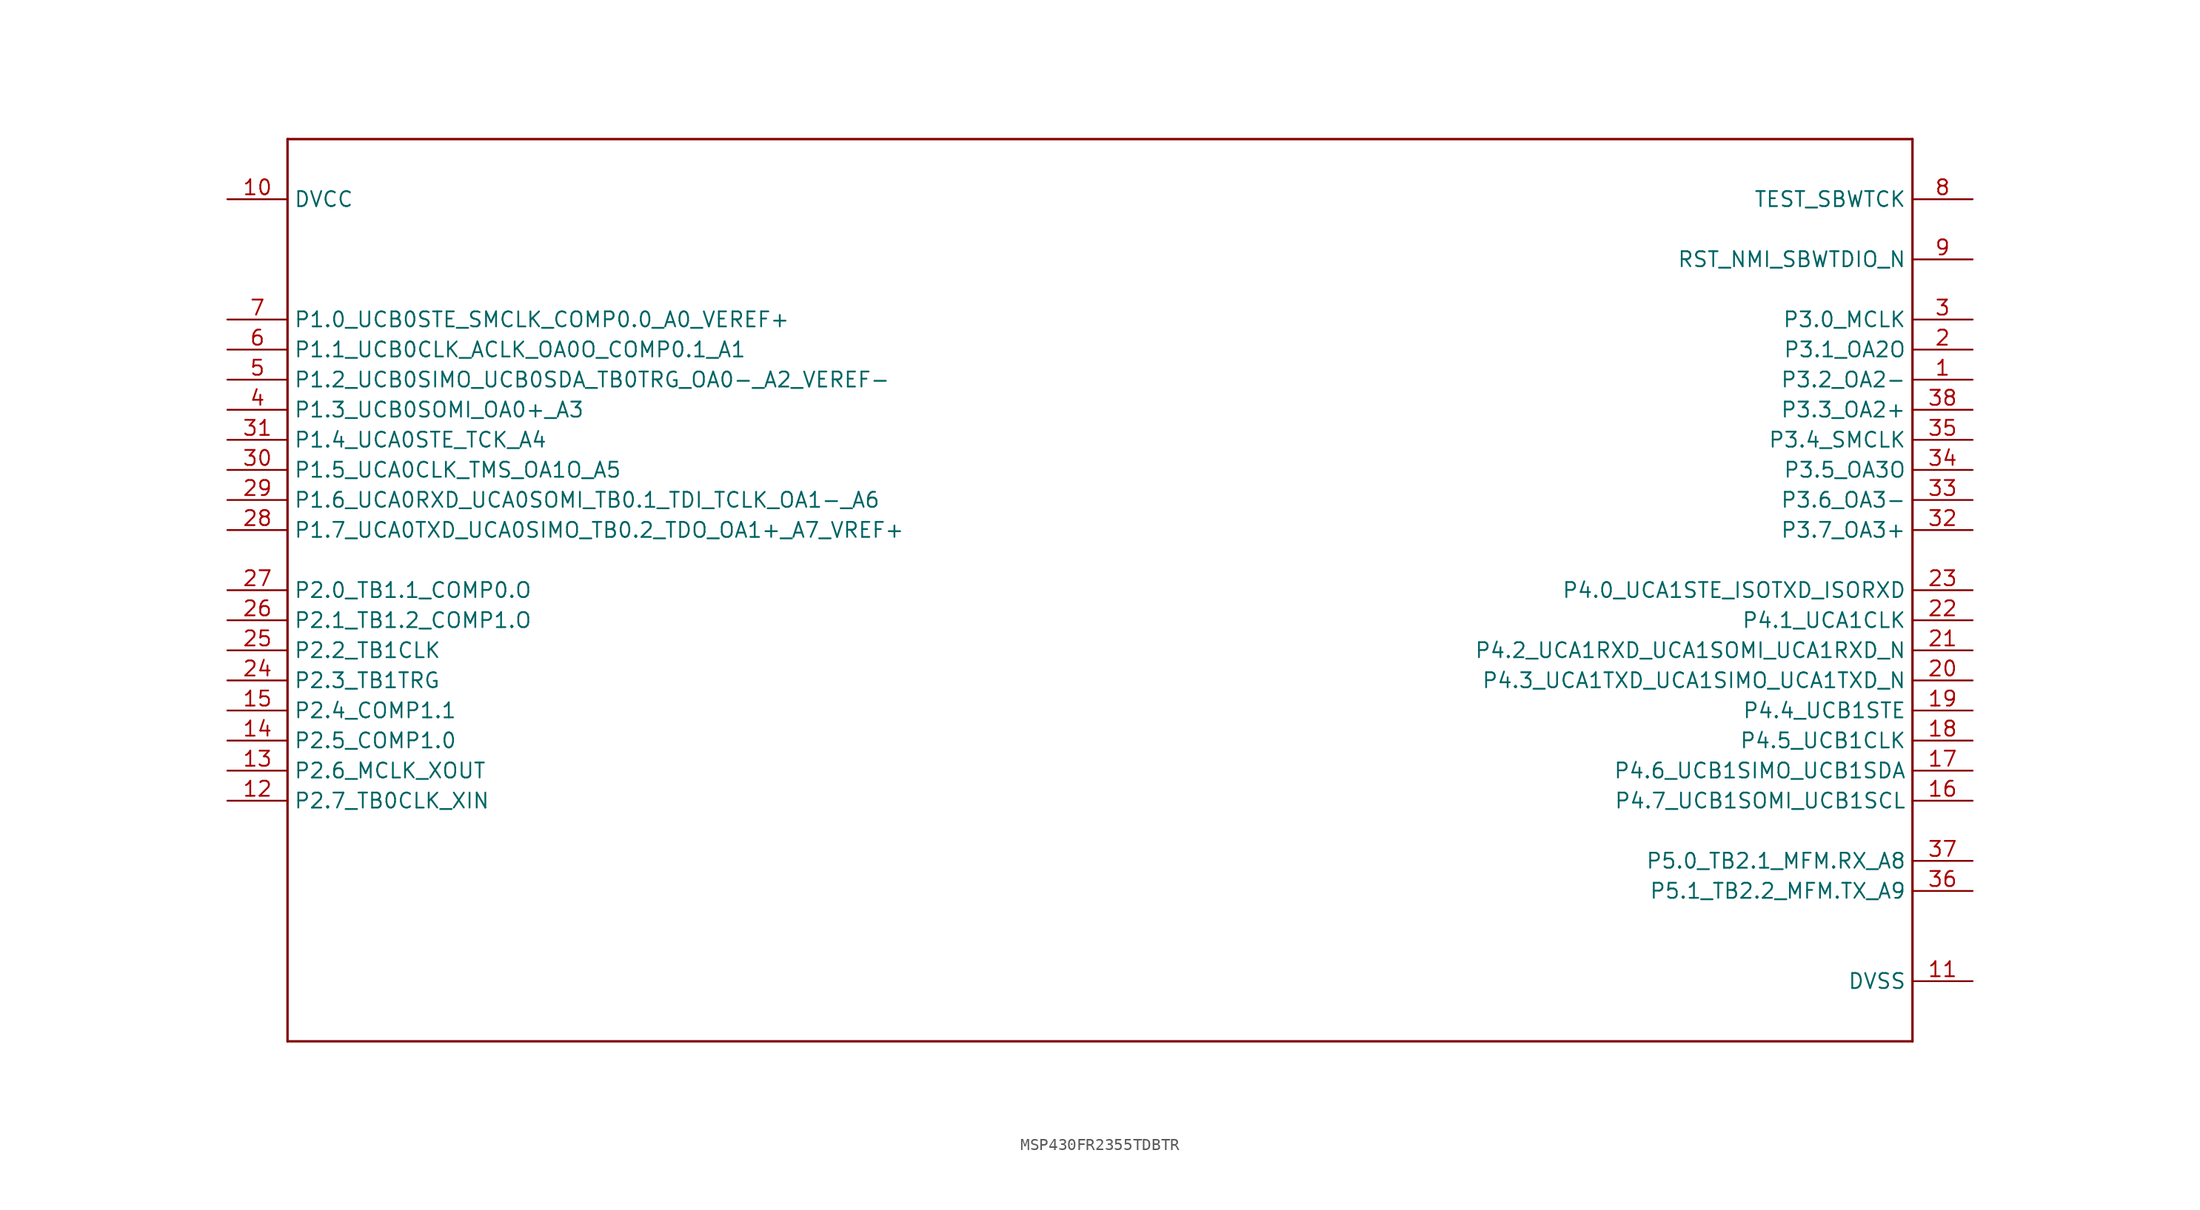
<source format=kicad_sym>
(kicad_symbol_lib
  (version 20220914)
  (generator kicad_symbol_editor)
  (symbol "MSP430FR2355TDBTR"
    (property "Reference" "U"
      (at -4.724 1.499 0)
      (effects (font (size 2.083 1.77)) (justify left bottom) hide))
    (property "ki_locked" ""
      (at 0 0 0)
      (effects (font (size 1.27 1.27))))
    (symbol "MSP430FR2355TDBTR_1_0"
      (polyline (pts (xy -68.58 -38.1) (xy 68.58 -38.1)) (stroke (width 0.203) (type solid)) (fill (type none)))
      (polyline (pts (xy -68.58 38.1) (xy -68.58 -38.1)) (stroke (width 0.203) (type solid)) (fill (type none)))
      (polyline (pts (xy 68.58 -38.1) (xy 68.58 38.1)) (stroke (width 0.203) (type solid)) (fill (type none)))
      (polyline (pts (xy 68.58 38.1) (xy -68.58 38.1)) (stroke (width 0.203) (type solid)) (fill (type none)))
      (pin bidirectional line (at 73.66 17.78 180) (length 5.08) (name "P3.2_OA2-" (effects (font (size 1.27 1.27)))) (number "1" (effects (font (size 1.27 1.27)))))
      (pin power_in line (at -73.66 33.02 0) (length 5.08) (name "DVCC" (effects (font (size 1.27 1.27)))) (number "10" (effects (font (size 1.27 1.27)))))
      (pin power_in line (at 73.66 -33.02 180) (length 5.08) (name "DVSS" (effects (font (size 1.27 1.27)))) (number "11" (effects (font (size 1.27 1.27)))))
      (pin bidirectional line (at -73.66 -17.78 0) (length 5.08) (name "P2.7_TB0CLK_XIN" (effects (font (size 1.27 1.27)))) (number "12" (effects (font (size 1.27 1.27)))))
      (pin bidirectional line (at -73.66 -15.24 0) (length 5.08) (name "P2.6_MCLK_XOUT" (effects (font (size 1.27 1.27)))) (number "13" (effects (font (size 1.27 1.27)))))
      (pin bidirectional line (at -73.66 -12.7 0) (length 5.08) (name "P2.5_COMP1.0" (effects (font (size 1.27 1.27)))) (number "14" (effects (font (size 1.27 1.27)))))
      (pin bidirectional line (at -73.66 -10.16 0) (length 5.08) (name "P2.4_COMP1.1" (effects (font (size 1.27 1.27)))) (number "15" (effects (font (size 1.27 1.27)))))
      (pin bidirectional line (at 73.66 -17.78 180) (length 5.08) (name "P4.7_UCB1SOMI_UCB1SCL" (effects (font (size 1.27 1.27)))) (number "16" (effects (font (size 1.27 1.27)))))
      (pin bidirectional line (at 73.66 -15.24 180) (length 5.08) (name "P4.6_UCB1SIMO_UCB1SDA" (effects (font (size 1.27 1.27)))) (number "17" (effects (font (size 1.27 1.27)))))
      (pin bidirectional line (at 73.66 -12.7 180) (length 5.08) (name "P4.5_UCB1CLK" (effects (font (size 1.27 1.27)))) (number "18" (effects (font (size 1.27 1.27)))))
      (pin bidirectional line (at 73.66 -10.16 180) (length 5.08) (name "P4.4_UCB1STE" (effects (font (size 1.27 1.27)))) (number "19" (effects (font (size 1.27 1.27)))))
      (pin bidirectional line (at 73.66 20.32 180) (length 5.08) (name "P3.1_OA2O" (effects (font (size 1.27 1.27)))) (number "2" (effects (font (size 1.27 1.27)))))
      (pin bidirectional line (at 73.66 -7.62 180) (length 5.08) (name "P4.3_UCA1TXD_UCA1SIMO_UCA1TXD_N" (effects (font (size 1.27 1.27)))) (number "20" (effects (font (size 1.27 1.27)))))
      (pin bidirectional line (at 73.66 -5.08 180) (length 5.08) (name "P4.2_UCA1RXD_UCA1SOMI_UCA1RXD_N" (effects (font (size 1.27 1.27)))) (number "21" (effects (font (size 1.27 1.27)))))
      (pin bidirectional line (at 73.66 -2.54 180) (length 5.08) (name "P4.1_UCA1CLK" (effects (font (size 1.27 1.27)))) (number "22" (effects (font (size 1.27 1.27)))))
      (pin bidirectional line (at 73.66 0 180) (length 5.08) (name "P4.0_UCA1STE_ISOTXD_ISORXD" (effects (font (size 1.27 1.27)))) (number "23" (effects (font (size 1.27 1.27)))))
      (pin bidirectional line (at -73.66 -7.62 0) (length 5.08) (name "P2.3_TB1TRG" (effects (font (size 1.27 1.27)))) (number "24" (effects (font (size 1.27 1.27)))))
      (pin bidirectional line (at -73.66 -5.08 0) (length 5.08) (name "P2.2_TB1CLK" (effects (font (size 1.27 1.27)))) (number "25" (effects (font (size 1.27 1.27)))))
      (pin bidirectional line (at -73.66 -2.54 0) (length 5.08) (name "P2.1_TB1.2_COMP1.O" (effects (font (size 1.27 1.27)))) (number "26" (effects (font (size 1.27 1.27)))))
      (pin bidirectional line (at -73.66 0 0) (length 5.08) (name "P2.0_TB1.1_COMP0.O" (effects (font (size 1.27 1.27)))) (number "27" (effects (font (size 1.27 1.27)))))
      (pin bidirectional line (at -73.66 5.08 0) (length 5.08) (name "P1.7_UCA0TXD_UCA0SIMO_TB0.2_TDO_OA1+_A7_VREF+" (effects (font (size 1.27 1.27)))) (number "28" (effects (font (size 1.27 1.27)))))
      (pin bidirectional line (at -73.66 7.62 0) (length 5.08) (name "P1.6_UCA0RXD_UCA0SOMI_TB0.1_TDI_TCLK_OA1-_A6" (effects (font (size 1.27 1.27)))) (number "29" (effects (font (size 1.27 1.27)))))
      (pin bidirectional line (at 73.66 22.86 180) (length 5.08) (name "P3.0_MCLK" (effects (font (size 1.27 1.27)))) (number "3" (effects (font (size 1.27 1.27)))))
      (pin bidirectional line (at -73.66 10.16 0) (length 5.08) (name "P1.5_UCA0CLK_TMS_OA1O_A5" (effects (font (size 1.27 1.27)))) (number "30" (effects (font (size 1.27 1.27)))))
      (pin bidirectional line (at -73.66 12.7 0) (length 5.08) (name "P1.4_UCA0STE_TCK_A4" (effects (font (size 1.27 1.27)))) (number "31" (effects (font (size 1.27 1.27)))))
      (pin bidirectional line (at 73.66 5.08 180) (length 5.08) (name "P3.7_OA3+" (effects (font (size 1.27 1.27)))) (number "32" (effects (font (size 1.27 1.27)))))
      (pin bidirectional line (at 73.66 7.62 180) (length 5.08) (name "P3.6_OA3-" (effects (font (size 1.27 1.27)))) (number "33" (effects (font (size 1.27 1.27)))))
      (pin bidirectional line (at 73.66 10.16 180) (length 5.08) (name "P3.5_OA3O" (effects (font (size 1.27 1.27)))) (number "34" (effects (font (size 1.27 1.27)))))
      (pin bidirectional line (at 73.66 12.7 180) (length 5.08) (name "P3.4_SMCLK" (effects (font (size 1.27 1.27)))) (number "35" (effects (font (size 1.27 1.27)))))
      (pin bidirectional line (at 73.66 -25.4 180) (length 5.08) (name "P5.1_TB2.2_MFM.TX_A9" (effects (font (size 1.27 1.27)))) (number "36" (effects (font (size 1.27 1.27)))))
      (pin bidirectional line (at 73.66 -22.86 180) (length 5.08) (name "P5.0_TB2.1_MFM.RX_A8" (effects (font (size 1.27 1.27)))) (number "37" (effects (font (size 1.27 1.27)))))
      (pin bidirectional line (at 73.66 15.24 180) (length 5.08) (name "P3.3_OA2+" (effects (font (size 1.27 1.27)))) (number "38" (effects (font (size 1.27 1.27)))))
      (pin bidirectional line (at -73.66 15.24 0) (length 5.08) (name "P1.3_UCB0SOMI_OA0+_A3" (effects (font (size 1.27 1.27)))) (number "4" (effects (font (size 1.27 1.27)))))
      (pin bidirectional line (at -73.66 17.78 0) (length 5.08) (name "P1.2_UCB0SIMO_UCB0SDA_TB0TRG_OA0-_A2_VEREF-" (effects (font (size 1.27 1.27)))) (number "5" (effects (font (size 1.27 1.27)))))
      (pin bidirectional line (at -73.66 20.32 0) (length 5.08) (name "P1.1_UCB0CLK_ACLK_OA0O_COMP0.1_A1" (effects (font (size 1.27 1.27)))) (number "6" (effects (font (size 1.27 1.27)))))
      (pin bidirectional line (at -73.66 22.86 0) (length 5.08) (name "P1.0_UCB0STE_SMCLK_COMP0.0_A0_VEREF+" (effects (font (size 1.27 1.27)))) (number "7" (effects (font (size 1.27 1.27)))))
      (pin input line (at 73.66 33.02 180) (length 5.08) (name "TEST_SBWTCK" (effects (font (size 1.27 1.27)))) (number "8" (effects (font (size 1.27 1.27)))))
      (pin bidirectional line (at 73.66 27.94 180) (length 5.08) (name "RST_NMI_SBWTDIO_N" (effects (font (size 1.27 1.27)))) (number "9" (effects (font (size 1.27 1.27))))))))
</source>
